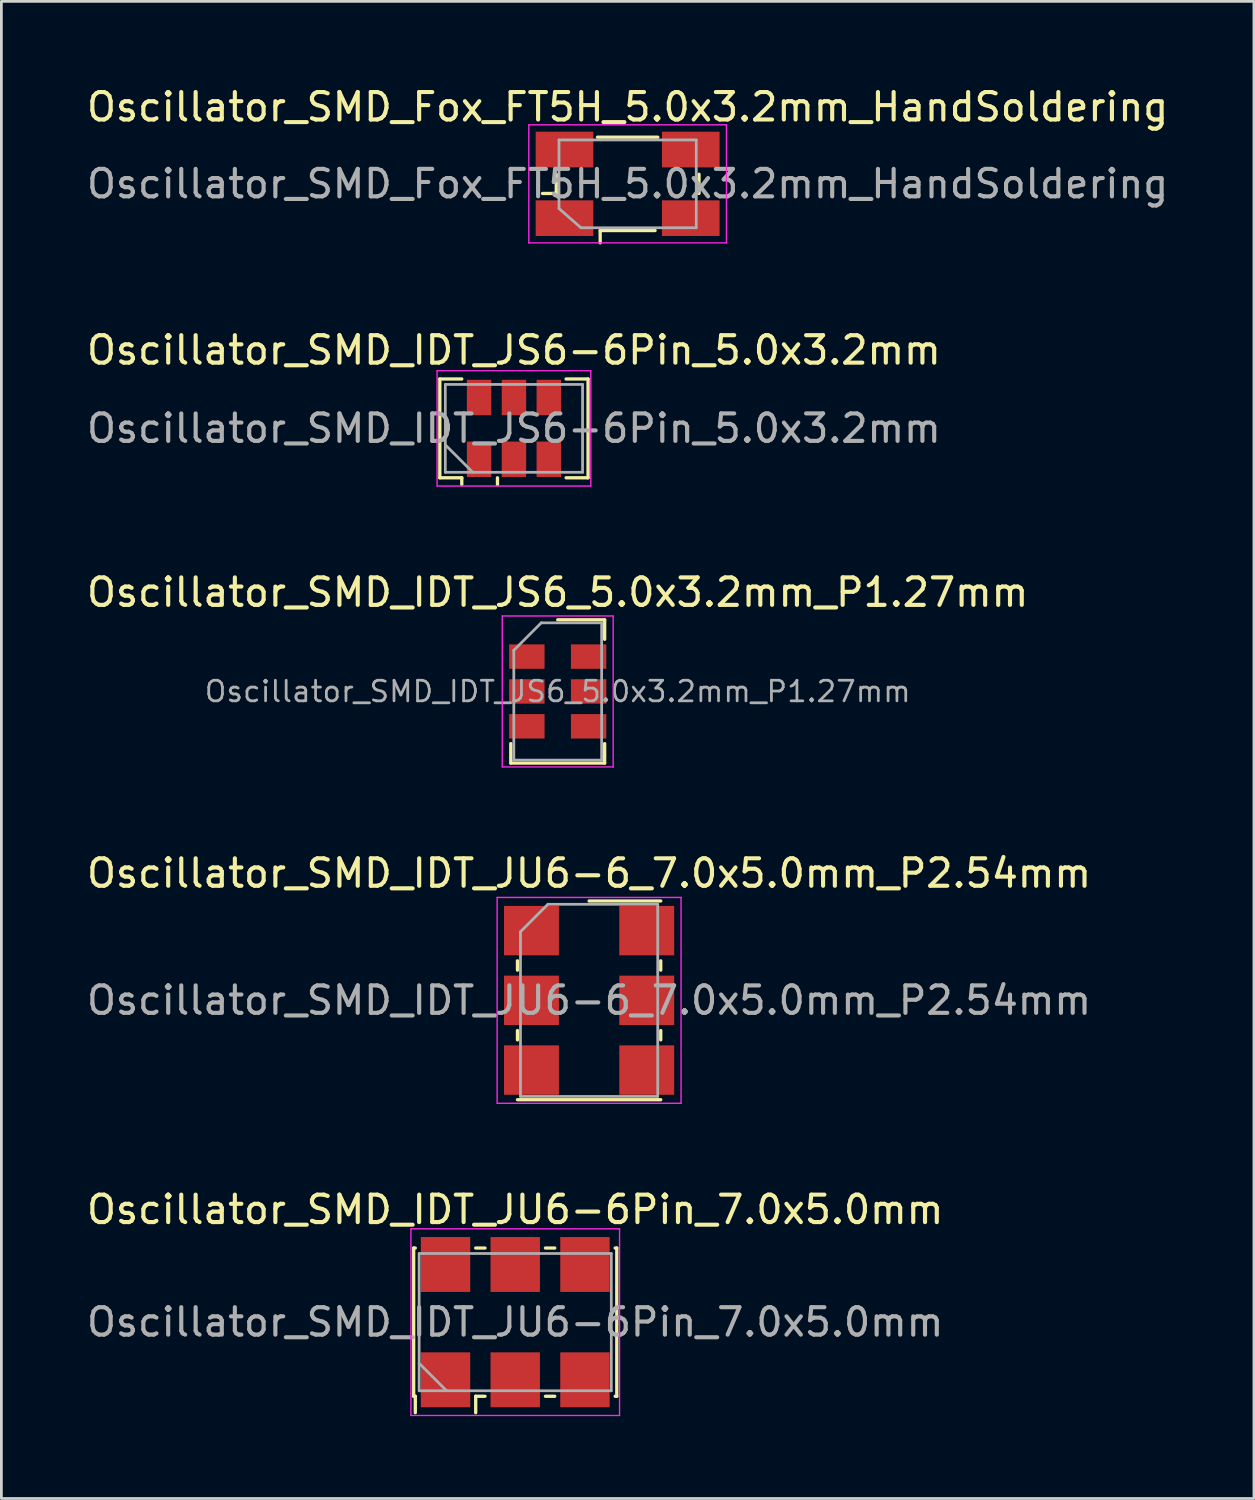
<source format=kicad_pcb>
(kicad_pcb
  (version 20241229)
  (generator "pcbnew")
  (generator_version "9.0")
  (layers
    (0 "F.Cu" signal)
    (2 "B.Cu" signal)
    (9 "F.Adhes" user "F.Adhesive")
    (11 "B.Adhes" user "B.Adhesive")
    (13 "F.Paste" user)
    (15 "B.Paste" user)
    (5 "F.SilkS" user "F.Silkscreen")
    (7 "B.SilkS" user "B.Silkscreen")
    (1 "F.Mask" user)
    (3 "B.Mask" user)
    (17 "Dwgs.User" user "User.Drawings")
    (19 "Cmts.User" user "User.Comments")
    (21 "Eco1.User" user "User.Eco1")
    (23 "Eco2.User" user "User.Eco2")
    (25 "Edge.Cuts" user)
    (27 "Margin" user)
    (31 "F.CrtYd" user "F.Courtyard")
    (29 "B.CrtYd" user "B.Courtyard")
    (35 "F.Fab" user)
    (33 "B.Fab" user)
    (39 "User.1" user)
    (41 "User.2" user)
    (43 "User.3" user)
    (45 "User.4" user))
  (footprint "Oscillator_SMD_IDT_JS6-6Pin_5.0x3.2mm"
    (layer "F.Cu")
    (at 15.673 12.556)
    (property "Reference" "Oscillator_SMD_IDT_JS6-6Pin_5.0x3.2mm" (at 0 -2.85 0) (layer "F.SilkS") (effects (font (size 1 1) (thickness 0.15))))
    (attr smd)
    (fp_line (start -2.7 -1.8) (end -1.9 -1.8) (stroke (width 0.12) (type solid)) (layer "F.SilkS"))
    (fp_line (start -2.7 1.8) (end -2.7 -1.8) (stroke (width 0.12) (type solid)) (layer "F.SilkS"))
    (fp_line (start -1.9 1.8) (end -2.7 1.8) (stroke (width 0.12) (type solid)) (layer "F.SilkS"))
    (fp_line (start -1.9 2.05) (end -1.9 1.8) (stroke (width 0.12) (type solid)) (layer "F.SilkS"))
    (fp_line (start -0.6 1.8) (end -0.6 2.05) (stroke (width 0.12) (type solid)) (layer "F.SilkS"))
    (fp_line (start 1.9 -1.8) (end 2.7 -1.8) (stroke (width 0.12) (type solid)) (layer "F.SilkS"))
    (fp_line (start 2.7 -1.8) (end 2.7 1.8) (stroke (width 0.12) (type solid)) (layer "F.SilkS"))
    (fp_line (start 2.7 1.8) (end 1.9 1.8) (stroke (width 0.12) (type solid)) (layer "F.SilkS"))
    (fp_line (start -2.8 -2.1) (end -2.8 2.1) (stroke (width 0.05) (type solid)) (layer "F.CrtYd"))
    (fp_line (start -2.8 2.1) (end 2.8 2.1) (stroke (width 0.05) (type solid)) (layer "F.CrtYd"))
    (fp_line (start 2.8 -2.1) (end -2.8 -2.1) (stroke (width 0.05) (type solid)) (layer "F.CrtYd"))
    (fp_line (start 2.8 2.1) (end 2.8 -2.1) (stroke (width 0.05) (type solid)) (layer "F.CrtYd"))
    (fp_line (start -2.5 -1.6) (end -2.5 1.6) (stroke (width 0.1) (type solid)) (layer "F.Fab"))
    (fp_line (start -2.5 0.6) (end -1.5 1.6) (stroke (width 0.1) (type solid)) (layer "F.Fab"))
    (fp_line (start -2.5 1.6) (end 2.5 1.6) (stroke (width 0.1) (type solid)) (layer "F.Fab"))
    (fp_line (start 2.5 -1.6) (end -2.5 -1.6) (stroke (width 0.1) (type solid)) (layer "F.Fab"))
    (fp_line (start 2.5 1.6) (end 2.5 -1.6) (stroke (width 0.1) (type solid)) (layer "F.Fab"))
    (fp_text user "${REFERENCE}" (at 0 0 0) (layer "F.Fab") (effects (font (size 1 1) (thickness 0.15))))
    (pad "1" smd rect (at -1.27 1.125) (size 0.89 1.29) (layers "F.Cu" "F.Mask" "F.Paste"))
    (pad "2" smd rect (at 0 1.125) (size 0.89 1.29) (layers "F.Cu" "F.Mask" "F.Paste"))
    (pad "3" smd rect (at 1.27 1.125) (size 0.89 1.29) (layers "F.Cu" "F.Mask" "F.Paste"))
    (pad "4" smd rect (at 1.27 -1.125) (size 0.89 1.29) (layers "F.Cu" "F.Mask" "F.Paste"))
    (pad "5" smd rect (at 0 -1.125) (size 0.89 1.29) (layers "F.Cu" "F.Mask" "F.Paste"))
    (pad "6" smd rect (at -1.27 -1.125) (size 0.89 1.29) (layers "F.Cu" "F.Mask" "F.Paste")))
  (footprint "Oscillator_SMD_IDT_JU6-6_7.0x5.0mm_P2.54mm"
    (layer "F.Cu")
    (at 18.411 33.393)
    (property "Reference" "Oscillator_SMD_IDT_JU6-6_7.0x5.0mm_P2.54mm" (at 0 -4.63 0) (layer "F.SilkS") (effects (font (size 1 1) (thickness 0.15))))
    (attr smd)
    (fp_line (start -2.61 -1.1) (end -2.61 -1.44) (stroke (width 0.12) (type solid)) (layer "F.SilkS"))
    (fp_line (start -2.61 1.44) (end -2.61 1.1) (stroke (width 0.12) (type solid)) (layer "F.SilkS"))
    (fp_line (start 0 -3.62) (end 2.61 -3.62) (stroke (width 0.12) (type solid)) (layer "F.SilkS"))
    (fp_line (start 2.61 -1.44) (end 2.61 -1.1) (stroke (width 0.12) (type solid)) (layer "F.SilkS"))
    (fp_line (start 2.61 1.1) (end 2.61 1.44) (stroke (width 0.12) (type solid)) (layer "F.SilkS"))
    (fp_line (start 2.61 3.62) (end -2.61 3.62) (stroke (width 0.12) (type solid)) (layer "F.SilkS"))
    (fp_line (start -3.35 -3.75) (end -3.35 3.75) (stroke (width 0.05) (type solid)) (layer "F.CrtYd"))
    (fp_line (start -3.35 3.75) (end 3.35 3.75) (stroke (width 0.05) (type solid)) (layer "F.CrtYd"))
    (fp_line (start 3.35 -3.75) (end -3.35 -3.75) (stroke (width 0.05) (type solid)) (layer "F.CrtYd"))
    (fp_line (start 3.35 3.75) (end 3.35 -3.75) (stroke (width 0.05) (type solid)) (layer "F.CrtYd"))
    (fp_line (start -2.5 -2.5) (end -2.5 3.5) (stroke (width 0.1) (type solid)) (layer "F.Fab"))
    (fp_line (start -2.5 3.5) (end 2.5 3.5) (stroke (width 0.1) (type solid)) (layer "F.Fab"))
    (fp_line (start -1.5 -3.5) (end -2.5 -2.5) (stroke (width 0.1) (type solid)) (layer "F.Fab"))
    (fp_line (start 2.5 -3.5) (end -1.5 -3.5) (stroke (width 0.1) (type solid)) (layer "F.Fab"))
    (fp_line (start 2.5 3.5) (end 2.5 -3.5) (stroke (width 0.1) (type solid)) (layer "F.Fab"))
    (fp_text user "${REFERENCE}" (at 0 0 0) (layer "F.Fab") (effects (font (size 1 1) (thickness 0.15))))
    (pad "1" smd rect (at -2.1 -2.54 270) (size 1.8 2) (layers "F.Cu" "F.Mask" "F.Paste"))
    (pad "2" smd rect (at -2.1 0 270) (size 1.8 2) (layers "F.Cu" "F.Mask" "F.Paste"))
    (pad "3" smd rect (at -2.1 2.54 270) (size 1.8 2) (layers "F.Cu" "F.Mask" "F.Paste"))
    (pad "4" smd rect (at 2.1 2.54 270) (size 1.8 2) (layers "F.Cu" "F.Mask" "F.Paste"))
    (pad "5" smd rect (at 2.1 0 270) (size 1.8 2) (layers "F.Cu" "F.Mask" "F.Paste"))
    (pad "6" smd rect (at 2.1 -2.54 270) (size 1.8 2) (layers "F.Cu" "F.Mask" "F.Paste")))
  (footprint "Oscillator_SMD_IDT_JU6-6Pin_7.0x5.0mm"
    (layer "F.Cu")
    (at 15.72 45.116)
    (property "Reference" "Oscillator_SMD_IDT_JU6-6Pin_7.0x5.0mm" (at 0 -4.1 0) (layer "F.SilkS") (effects (font (size 1 1) (thickness 0.15))))
    (attr smd)
    (fp_line (start -3.7 -2.7) (end -3.64 -2.7) (stroke (width 0.12) (type solid)) (layer "F.SilkS"))
    (fp_line (start -3.7 2.7) (end -3.7 -2.7) (stroke (width 0.12) (type solid)) (layer "F.SilkS"))
    (fp_line (start -3.64 2.7) (end -3.7 2.7) (stroke (width 0.12) (type solid)) (layer "F.SilkS"))
    (fp_line (start -3.64 3.3) (end -3.64 2.7) (stroke (width 0.12) (type solid)) (layer "F.SilkS"))
    (fp_line (start -1.44 -2.7) (end -1.1 -2.7) (stroke (width 0.12) (type solid)) (layer "F.SilkS"))
    (fp_line (start -1.44 2.7) (end -1.44 3.3) (stroke (width 0.12) (type solid)) (layer "F.SilkS"))
    (fp_line (start -1.1 2.7) (end -1.44 2.7) (stroke (width 0.12) (type solid)) (layer "F.SilkS"))
    (fp_line (start 1.1 -2.7) (end 1.44 -2.7) (stroke (width 0.12) (type solid)) (layer "F.SilkS"))
    (fp_line (start 1.44 2.7) (end 1.1 2.7) (stroke (width 0.12) (type solid)) (layer "F.SilkS"))
    (fp_line (start 3.64 -2.7) (end 3.7 -2.7) (stroke (width 0.12) (type solid)) (layer "F.SilkS"))
    (fp_line (start 3.7 -2.7) (end 3.7 2.7) (stroke (width 0.12) (type solid)) (layer "F.SilkS"))
    (fp_line (start 3.7 2.7) (end 3.64 2.7) (stroke (width 0.12) (type solid)) (layer "F.SilkS"))
    (fp_line (start -3.8 -3.4) (end -3.8 3.4) (stroke (width 0.05) (type solid)) (layer "F.CrtYd"))
    (fp_line (start -3.8 3.4) (end 3.8 3.4) (stroke (width 0.05) (type solid)) (layer "F.CrtYd"))
    (fp_line (start 3.8 -3.4) (end -3.8 -3.4) (stroke (width 0.05) (type solid)) (layer "F.CrtYd"))
    (fp_line (start 3.8 3.4) (end 3.8 -3.4) (stroke (width 0.05) (type solid)) (layer "F.CrtYd"))
    (fp_line (start -3.5 -2.5) (end -3.5 2.5) (stroke (width 0.1) (type solid)) (layer "F.Fab"))
    (fp_line (start -3.5 1.5) (end -2.5 2.5) (stroke (width 0.1) (type solid)) (layer "F.Fab"))
    (fp_line (start -3.5 2.5) (end 3.5 2.5) (stroke (width 0.1) (type solid)) (layer "F.Fab"))
    (fp_line (start 3.5 -2.5) (end -3.5 -2.5) (stroke (width 0.1) (type solid)) (layer "F.Fab"))
    (fp_line (start 3.5 2.5) (end 3.5 -2.5) (stroke (width 0.1) (type solid)) (layer "F.Fab"))
    (fp_text user "${REFERENCE}" (at 0 0 0) (layer "F.Fab") (effects (font (size 1 1) (thickness 0.15))))
    (pad "1" smd rect (at -2.54 2.1) (size 1.8 2) (layers "F.Cu" "F.Mask" "F.Paste"))
    (pad "2" smd rect (at 0 2.1) (size 1.8 2) (layers "F.Cu" "F.Mask" "F.Paste"))
    (pad "3" smd rect (at 2.54 2.1) (size 1.8 2) (layers "F.Cu" "F.Mask" "F.Paste"))
    (pad "4" smd rect (at 2.54 -2.1) (size 1.8 2) (layers "F.Cu" "F.Mask" "F.Paste"))
    (pad "5" smd rect (at 0 -2.1) (size 1.8 2) (layers "F.Cu" "F.Mask" "F.Paste"))
    (pad "6" smd rect (at -2.54 -2.1) (size 1.8 2) (layers "F.Cu" "F.Mask" "F.Paste")))
  (footprint "Oscillator_SMD_IDT_JS6_5.0x3.2mm_P1.27mm"
    (layer "F.Cu")
    (at 17.268 22.14)
    (property "Reference" "Oscillator_SMD_IDT_JS6_5.0x3.2mm_P1.27mm" (at 0 -3.61 0) (layer "F.SilkS") (effects (font (size 1 1) (thickness 0.15))))
    (attr smd)
    (fp_line (start -1.71 2.61) (end -1.71 1.9) (stroke (width 0.12) (type solid)) (layer "F.SilkS"))
    (fp_line (start 0 -2.61) (end 1.71 -2.61) (stroke (width 0.12) (type solid)) (layer "F.SilkS"))
    (fp_line (start 1.71 -2.61) (end 1.71 -1.9) (stroke (width 0.12) (type solid)) (layer "F.SilkS"))
    (fp_line (start 1.71 1.9) (end 1.71 2.61) (stroke (width 0.12) (type solid)) (layer "F.SilkS"))
    (fp_line (start 1.71 2.61) (end -1.71 2.61) (stroke (width 0.12) (type solid)) (layer "F.SilkS"))
    (fp_line (start -2.02 -2.75) (end -2.02 2.75) (stroke (width 0.05) (type solid)) (layer "F.CrtYd"))
    (fp_line (start -2.02 2.75) (end 2.02 2.75) (stroke (width 0.05) (type solid)) (layer "F.CrtYd"))
    (fp_line (start 2.02 -2.75) (end -2.02 -2.75) (stroke (width 0.05) (type solid)) (layer "F.CrtYd"))
    (fp_line (start 2.02 2.75) (end 2.02 -2.75) (stroke (width 0.05) (type solid)) (layer "F.CrtYd"))
    (fp_line (start -1.6 -1.5) (end -1.6 2.5) (stroke (width 0.1) (type solid)) (layer "F.Fab"))
    (fp_line (start -1.6 2.5) (end 1.6 2.5) (stroke (width 0.1) (type solid)) (layer "F.Fab"))
    (fp_line (start -0.6 -2.5) (end -1.6 -1.5) (stroke (width 0.1) (type solid)) (layer "F.Fab"))
    (fp_line (start 1.6 -2.5) (end -0.6 -2.5) (stroke (width 0.1) (type solid)) (layer "F.Fab"))
    (fp_line (start 1.6 2.5) (end 1.6 -2.5) (stroke (width 0.1) (type solid)) (layer "F.Fab"))
    (fp_text user "${REFERENCE}" (at 0 0 0) (layer "F.Fab") (effects (font (size 0.75 0.75) (thickness 0.1))))
    (pad "1" smd rect (at -1.125 -1.27 270) (size 0.89 1.29) (layers "F.Cu" "F.Mask" "F.Paste"))
    (pad "2" smd rect (at -1.125 0 270) (size 0.89 1.29) (layers "F.Cu" "F.Mask" "F.Paste"))
    (pad "3" smd rect (at -1.125 1.27 270) (size 0.89 1.29) (layers "F.Cu" "F.Mask" "F.Paste"))
    (pad "4" smd rect (at 1.125 1.27 270) (size 0.89 1.29) (layers "F.Cu" "F.Mask" "F.Paste"))
    (pad "5" smd rect (at 1.125 0 270) (size 0.89 1.29) (layers "F.Cu" "F.Mask" "F.Paste"))
    (pad "6" smd rect (at 1.125 -1.27 270) (size 0.89 1.29) (layers "F.Cu" "F.Mask" "F.Paste")))
  (footprint "Oscillator_SMD_Fox_FT5H_5.0x3.2mm_HandSoldering"
    (layer "F.Cu")
    (at 19.815 3.648)
    (property "Reference" "Oscillator_SMD_Fox_FT5H_5.0x3.2mm_HandSoldering" (at 0 -2.8 0) (layer "F.SilkS") (effects (font (size 1 1) (thickness 0.15))))
    (attr smd)
    (fp_line (start -2.6 0.35) (end -3.1 0.35) (stroke (width 0.12) (type solid)) (layer "F.SilkS"))
    (fp_line (start -2.6 0.35) (end -2.6 -0.35) (stroke (width 0.12) (type solid)) (layer "F.SilkS"))
    (fp_line (start -1.1 -1.7) (end 1.1 -1.7) (stroke (width 0.12) (type solid)) (layer "F.SilkS"))
    (fp_line (start -1 1.7) (end -1 2.15) (stroke (width 0.12) (type solid)) (layer "F.SilkS"))
    (fp_line (start 1 1.7) (end -1 1.7) (stroke (width 0.12) (type solid)) (layer "F.SilkS"))
    (fp_line (start 2.6 -0.35) (end 2.6 0.35) (stroke (width 0.12) (type solid)) (layer "F.SilkS"))
    (fp_line (start -3.6 -2.15) (end 3.6 -2.15) (stroke (width 0.05) (type solid)) (layer "F.CrtYd"))
    (fp_line (start -3.6 2.15) (end -3.6 -2.15) (stroke (width 0.05) (type solid)) (layer "F.CrtYd"))
    (fp_line (start 3.6 -2.15) (end 3.6 2.15) (stroke (width 0.05) (type solid)) (layer "F.CrtYd"))
    (fp_line (start 3.6 2.15) (end -3.6 2.15) (stroke (width 0.05) (type solid)) (layer "F.CrtYd"))
    (fp_line (start -2.5 -1.6) (end 2.5 -1.6) (stroke (width 0.1) (type solid)) (layer "F.Fab"))
    (fp_line (start -2.5 0.9) (end -2.5 -1.6) (stroke (width 0.1) (type solid)) (layer "F.Fab"))
    (fp_line (start -1.7 1.6) (end -2.5 0.9) (stroke (width 0.1) (type solid)) (layer "F.Fab"))
    (fp_line (start 2.5 -1.6) (end 2.5 1.6) (stroke (width 0.1) (type solid)) (layer "F.Fab"))
    (fp_line (start 2.5 1.6) (end -1.7 1.6) (stroke (width 0.1) (type solid)) (layer "F.Fab"))
    (fp_text user "${REFERENCE}" (at 0 0 0) (layer "F.Fab") (effects (font (size 1 1) (thickness 0.15))))
    (pad "1" smd rect (at -2.3 1.25) (size 2.1 1.3) (layers "F.Cu" "F.Mask" "F.Paste"))
    (pad "2" smd rect (at 2.3 1.25) (size 2.1 1.3) (layers "F.Cu" "F.Mask" "F.Paste"))
    (pad "3" smd rect (at 2.3 -1.25) (size 2.1 1.3) (layers "F.Cu" "F.Mask" "F.Paste"))
    (pad "4" smd rect (at -2.3 -1.25) (size 2.1 1.3) (layers "F.Cu" "F.Mask" "F.Paste")))
  (gr_rect
    (start -3 -3)
    (end 42.631 51.541)
    (stroke (width 0.1) (type default))
    (fill no)
    (layer "Edge.Cuts")))
</source>
